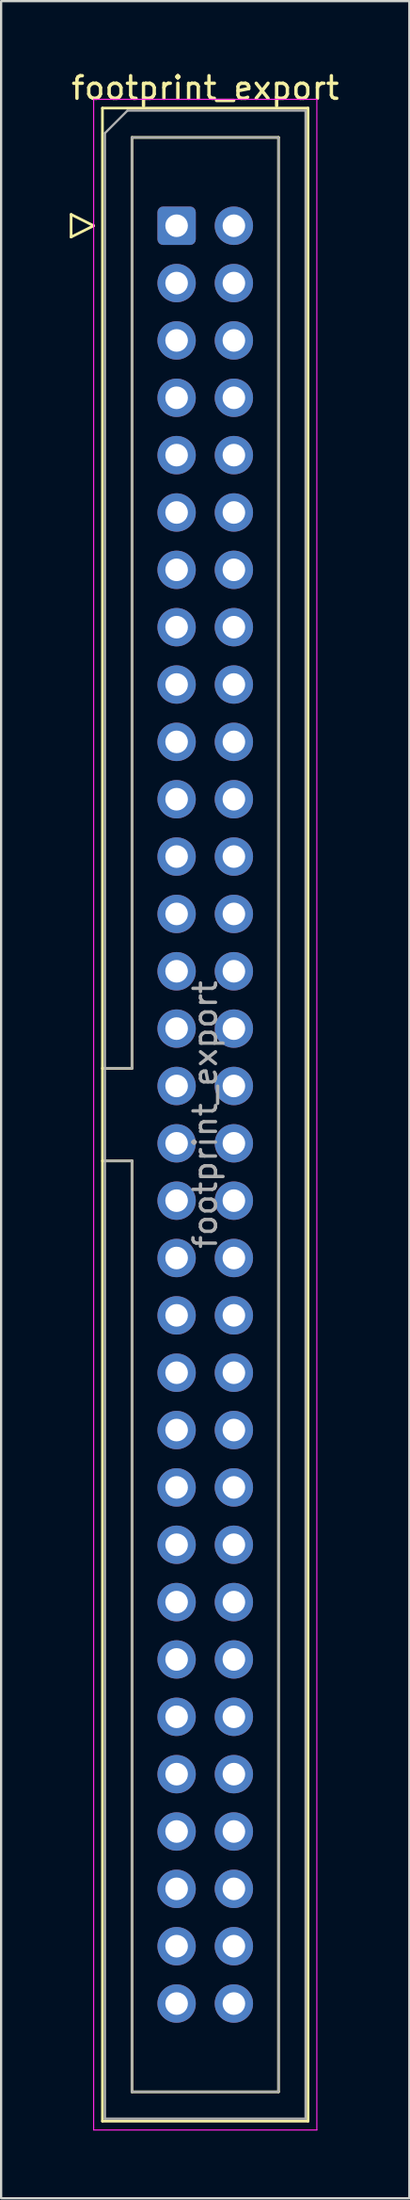
<source format=kicad_pcb>
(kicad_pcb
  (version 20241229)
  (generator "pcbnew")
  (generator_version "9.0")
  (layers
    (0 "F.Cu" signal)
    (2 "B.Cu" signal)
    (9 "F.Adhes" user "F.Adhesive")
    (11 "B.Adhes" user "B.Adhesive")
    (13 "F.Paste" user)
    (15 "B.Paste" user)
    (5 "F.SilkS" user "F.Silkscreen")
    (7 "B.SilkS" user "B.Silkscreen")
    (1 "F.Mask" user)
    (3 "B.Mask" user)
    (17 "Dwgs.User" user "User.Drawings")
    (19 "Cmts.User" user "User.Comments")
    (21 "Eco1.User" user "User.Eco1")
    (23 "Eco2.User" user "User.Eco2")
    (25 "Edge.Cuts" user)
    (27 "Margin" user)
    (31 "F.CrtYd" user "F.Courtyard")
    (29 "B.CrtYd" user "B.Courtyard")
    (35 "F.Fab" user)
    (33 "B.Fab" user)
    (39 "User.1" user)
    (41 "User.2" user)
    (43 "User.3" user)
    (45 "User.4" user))
  (footprint "footprint_export"
    (layer "F.Cu")
    (at 4.784 6.948)
    (property "Reference" "footprint_export" (at 1.27 -6.1 0) (layer "F.SilkS") (effects (font (size 1 1) (thickness 0.15))))
    (attr through_hole)
    (fp_line (start -4.68 -0.5) (end -4.68 0.5) (stroke (width 0.12) (type solid)) (layer "F.SilkS"))
    (fp_line (start -4.68 0.5) (end -3.68 0) (stroke (width 0.12) (type solid)) (layer "F.SilkS"))
    (fp_line (start -3.68 0) (end -4.68 -0.5) (stroke (width 0.12) (type solid)) (layer "F.SilkS"))
    (fp_line (start -3.29 -5.21) (end 5.83 -5.21) (stroke (width 0.12) (type solid)) (layer "F.SilkS"))
    (fp_line (start -3.29 37.32) (end -1.98 37.32) (stroke (width 0.12) (type solid)) (layer "F.SilkS"))
    (fp_line (start -3.29 83.95) (end -3.29 -5.21) (stroke (width 0.12) (type solid)) (layer "F.SilkS"))
    (fp_line (start -1.98 -3.91) (end 4.52 -3.91) (stroke (width 0.12) (type solid)) (layer "F.SilkS"))
    (fp_line (start -1.98 37.32) (end -1.98 -3.91) (stroke (width 0.12) (type solid)) (layer "F.SilkS"))
    (fp_line (start -1.98 41.42) (end -3.29 41.42) (stroke (width 0.12) (type solid)) (layer "F.SilkS"))
    (fp_line (start -1.98 41.42) (end -1.98 41.42) (stroke (width 0.12) (type solid)) (layer "F.SilkS"))
    (fp_line (start -1.98 82.65) (end -1.98 41.42) (stroke (width 0.12) (type solid)) (layer "F.SilkS"))
    (fp_line (start 4.52 -3.91) (end 4.52 82.65) (stroke (width 0.12) (type solid)) (layer "F.SilkS"))
    (fp_line (start 4.52 82.65) (end -1.98 82.65) (stroke (width 0.12) (type solid)) (layer "F.SilkS"))
    (fp_line (start 5.83 -5.21) (end 5.83 83.95) (stroke (width 0.12) (type solid)) (layer "F.SilkS"))
    (fp_line (start 5.83 83.95) (end -3.29 83.95) (stroke (width 0.12) (type solid)) (layer "F.SilkS"))
    (fp_line (start -3.68 -5.6) (end -3.68 84.34) (stroke (width 0.05) (type solid)) (layer "F.CrtYd"))
    (fp_line (start -3.68 84.34) (end 6.22 84.34) (stroke (width 0.05) (type solid)) (layer "F.CrtYd"))
    (fp_line (start 6.22 -5.6) (end -3.68 -5.6) (stroke (width 0.05) (type solid)) (layer "F.CrtYd"))
    (fp_line (start 6.22 84.34) (end 6.22 -5.6) (stroke (width 0.05) (type solid)) (layer "F.CrtYd"))
    (fp_line (start -3.18 -4.1) (end -2.18 -5.1) (stroke (width 0.1) (type solid)) (layer "F.Fab"))
    (fp_line (start -3.18 37.32) (end -1.98 37.32) (stroke (width 0.1) (type solid)) (layer "F.Fab"))
    (fp_line (start -3.18 83.84) (end -3.18 -4.1) (stroke (width 0.1) (type solid)) (layer "F.Fab"))
    (fp_line (start -2.18 -5.1) (end 5.72 -5.1) (stroke (width 0.1) (type solid)) (layer "F.Fab"))
    (fp_line (start -1.98 -3.91) (end 4.52 -3.91) (stroke (width 0.1) (type solid)) (layer "F.Fab"))
    (fp_line (start -1.98 37.32) (end -1.98 -3.91) (stroke (width 0.1) (type solid)) (layer "F.Fab"))
    (fp_line (start -1.98 41.42) (end -3.18 41.42) (stroke (width 0.1) (type solid)) (layer "F.Fab"))
    (fp_line (start -1.98 41.42) (end -1.98 41.42) (stroke (width 0.1) (type solid)) (layer "F.Fab"))
    (fp_line (start -1.98 82.65) (end -1.98 41.42) (stroke (width 0.1) (type solid)) (layer "F.Fab"))
    (fp_line (start 4.52 -3.91) (end 4.52 82.65) (stroke (width 0.1) (type solid)) (layer "F.Fab"))
    (fp_line (start 4.52 82.65) (end -1.98 82.65) (stroke (width 0.1) (type solid)) (layer "F.Fab"))
    (fp_line (start 5.72 -5.1) (end 5.72 83.84) (stroke (width 0.1) (type solid)) (layer "F.Fab"))
    (fp_line (start 5.72 83.84) (end -3.18 83.84) (stroke (width 0.1) (type solid)) (layer "F.Fab"))
    (fp_text user "${REFERENCE}" (at 1.27 39.37 90) (layer "F.Fab") (effects (font (size 1 1) (thickness 0.15))))
    (pad "1" thru_hole roundrect (at 0 0) (size 1.7 1.7) (drill 1) (layers "*.Cu" "*.Mask") (roundrect_rratio 0.147))
    (pad "2" thru_hole circle (at 2.54 0) (size 1.7 1.7) (drill 1) (layers "*.Cu" "*.Mask"))
    (pad "3" thru_hole circle (at 0 2.54) (size 1.7 1.7) (drill 1) (layers "*.Cu" "*.Mask"))
    (pad "4" thru_hole circle (at 2.54 2.54) (size 1.7 1.7) (drill 1) (layers "*.Cu" "*.Mask"))
    (pad "5" thru_hole circle (at 0 5.08) (size 1.7 1.7) (drill 1) (layers "*.Cu" "*.Mask"))
    (pad "6" thru_hole circle (at 2.54 5.08) (size 1.7 1.7) (drill 1) (layers "*.Cu" "*.Mask"))
    (pad "7" thru_hole circle (at 0 7.62) (size 1.7 1.7) (drill 1) (layers "*.Cu" "*.Mask"))
    (pad "8" thru_hole circle (at 2.54 7.62) (size 1.7 1.7) (drill 1) (layers "*.Cu" "*.Mask"))
    (pad "9" thru_hole circle (at 0 10.16) (size 1.7 1.7) (drill 1) (layers "*.Cu" "*.Mask"))
    (pad "10" thru_hole circle (at 2.54 10.16) (size 1.7 1.7) (drill 1) (layers "*.Cu" "*.Mask"))
    (pad "11" thru_hole circle (at 0 12.7) (size 1.7 1.7) (drill 1) (layers "*.Cu" "*.Mask"))
    (pad "12" thru_hole circle (at 2.54 12.7) (size 1.7 1.7) (drill 1) (layers "*.Cu" "*.Mask"))
    (pad "13" thru_hole circle (at 0 15.24) (size 1.7 1.7) (drill 1) (layers "*.Cu" "*.Mask"))
    (pad "14" thru_hole circle (at 2.54 15.24) (size 1.7 1.7) (drill 1) (layers "*.Cu" "*.Mask"))
    (pad "15" thru_hole circle (at 0 17.78) (size 1.7 1.7) (drill 1) (layers "*.Cu" "*.Mask"))
    (pad "16" thru_hole circle (at 2.54 17.78) (size 1.7 1.7) (drill 1) (layers "*.Cu" "*.Mask"))
    (pad "17" thru_hole circle (at 0 20.32) (size 1.7 1.7) (drill 1) (layers "*.Cu" "*.Mask"))
    (pad "18" thru_hole circle (at 2.54 20.32) (size 1.7 1.7) (drill 1) (layers "*.Cu" "*.Mask"))
    (pad "19" thru_hole circle (at 0 22.86) (size 1.7 1.7) (drill 1) (layers "*.Cu" "*.Mask"))
    (pad "20" thru_hole circle (at 2.54 22.86) (size 1.7 1.7) (drill 1) (layers "*.Cu" "*.Mask"))
    (pad "21" thru_hole circle (at 0 25.4) (size 1.7 1.7) (drill 1) (layers "*.Cu" "*.Mask"))
    (pad "22" thru_hole circle (at 2.54 25.4) (size 1.7 1.7) (drill 1) (layers "*.Cu" "*.Mask"))
    (pad "23" thru_hole circle (at 0 27.94) (size 1.7 1.7) (drill 1) (layers "*.Cu" "*.Mask"))
    (pad "24" thru_hole circle (at 2.54 27.94) (size 1.7 1.7) (drill 1) (layers "*.Cu" "*.Mask"))
    (pad "25" thru_hole circle (at 0 30.48) (size 1.7 1.7) (drill 1) (layers "*.Cu" "*.Mask"))
    (pad "26" thru_hole circle (at 2.54 30.48) (size 1.7 1.7) (drill 1) (layers "*.Cu" "*.Mask"))
    (pad "27" thru_hole circle (at 0 33.02) (size 1.7 1.7) (drill 1) (layers "*.Cu" "*.Mask"))
    (pad "28" thru_hole circle (at 2.54 33.02) (size 1.7 1.7) (drill 1) (layers "*.Cu" "*.Mask"))
    (pad "29" thru_hole circle (at 0 35.56) (size 1.7 1.7) (drill 1) (layers "*.Cu" "*.Mask"))
    (pad "30" thru_hole circle (at 2.54 35.56) (size 1.7 1.7) (drill 1) (layers "*.Cu" "*.Mask"))
    (pad "31" thru_hole circle (at 0 38.1) (size 1.7 1.7) (drill 1) (layers "*.Cu" "*.Mask"))
    (pad "32" thru_hole circle (at 2.54 38.1) (size 1.7 1.7) (drill 1) (layers "*.Cu" "*.Mask"))
    (pad "33" thru_hole circle (at 0 40.64) (size 1.7 1.7) (drill 1) (layers "*.Cu" "*.Mask"))
    (pad "34" thru_hole circle (at 2.54 40.64) (size 1.7 1.7) (drill 1) (layers "*.Cu" "*.Mask"))
    (pad "35" thru_hole circle (at 0 43.18) (size 1.7 1.7) (drill 1) (layers "*.Cu" "*.Mask"))
    (pad "36" thru_hole circle (at 2.54 43.18) (size 1.7 1.7) (drill 1) (layers "*.Cu" "*.Mask"))
    (pad "37" thru_hole circle (at 0 45.72) (size 1.7 1.7) (drill 1) (layers "*.Cu" "*.Mask"))
    (pad "38" thru_hole circle (at 2.54 45.72) (size 1.7 1.7) (drill 1) (layers "*.Cu" "*.Mask"))
    (pad "39" thru_hole circle (at 0 48.26) (size 1.7 1.7) (drill 1) (layers "*.Cu" "*.Mask"))
    (pad "40" thru_hole circle (at 2.54 48.26) (size 1.7 1.7) (drill 1) (layers "*.Cu" "*.Mask"))
    (pad "41" thru_hole circle (at 0 50.8) (size 1.7 1.7) (drill 1) (layers "*.Cu" "*.Mask"))
    (pad "42" thru_hole circle (at 2.54 50.8) (size 1.7 1.7) (drill 1) (layers "*.Cu" "*.Mask"))
    (pad "43" thru_hole circle (at 0 53.34) (size 1.7 1.7) (drill 1) (layers "*.Cu" "*.Mask"))
    (pad "44" thru_hole circle (at 2.54 53.34) (size 1.7 1.7) (drill 1) (layers "*.Cu" "*.Mask"))
    (pad "45" thru_hole circle (at 0 55.88) (size 1.7 1.7) (drill 1) (layers "*.Cu" "*.Mask"))
    (pad "46" thru_hole circle (at 2.54 55.88) (size 1.7 1.7) (drill 1) (layers "*.Cu" "*.Mask"))
    (pad "47" thru_hole circle (at 0 58.42) (size 1.7 1.7) (drill 1) (layers "*.Cu" "*.Mask"))
    (pad "48" thru_hole circle (at 2.54 58.42) (size 1.7 1.7) (drill 1) (layers "*.Cu" "*.Mask"))
    (pad "49" thru_hole circle (at 0 60.96) (size 1.7 1.7) (drill 1) (layers "*.Cu" "*.Mask"))
    (pad "50" thru_hole circle (at 2.54 60.96) (size 1.7 1.7) (drill 1) (layers "*.Cu" "*.Mask"))
    (pad "51" thru_hole circle (at 0 63.5) (size 1.7 1.7) (drill 1) (layers "*.Cu" "*.Mask"))
    (pad "52" thru_hole circle (at 2.54 63.5) (size 1.7 1.7) (drill 1) (layers "*.Cu" "*.Mask"))
    (pad "53" thru_hole circle (at 0 66.04) (size 1.7 1.7) (drill 1) (layers "*.Cu" "*.Mask"))
    (pad "54" thru_hole circle (at 2.54 66.04) (size 1.7 1.7) (drill 1) (layers "*.Cu" "*.Mask"))
    (pad "55" thru_hole circle (at 0 68.58) (size 1.7 1.7) (drill 1) (layers "*.Cu" "*.Mask"))
    (pad "56" thru_hole circle (at 2.54 68.58) (size 1.7 1.7) (drill 1) (layers "*.Cu" "*.Mask"))
    (pad "57" thru_hole circle (at 0 71.12) (size 1.7 1.7) (drill 1) (layers "*.Cu" "*.Mask"))
    (pad "58" thru_hole circle (at 2.54 71.12) (size 1.7 1.7) (drill 1) (layers "*.Cu" "*.Mask"))
    (pad "59" thru_hole circle (at 0 73.66) (size 1.7 1.7) (drill 1) (layers "*.Cu" "*.Mask"))
    (pad "60" thru_hole circle (at 2.54 73.66) (size 1.7 1.7) (drill 1) (layers "*.Cu" "*.Mask"))
    (pad "61" thru_hole circle (at 0 76.2) (size 1.7 1.7) (drill 1) (layers "*.Cu" "*.Mask"))
    (pad "62" thru_hole circle (at 2.54 76.2) (size 1.7 1.7) (drill 1) (layers "*.Cu" "*.Mask"))
    (pad "63" thru_hole circle (at 0 78.74) (size 1.7 1.7) (drill 1) (layers "*.Cu" "*.Mask"))
    (pad "64" thru_hole circle (at 2.54 78.74) (size 1.7 1.7) (drill 1) (layers "*.Cu" "*.Mask")))
  (gr_rect
    (start -3 -3)
    (end 15.107 94.313)
    (stroke (width 0.1) (type default))
    (fill no)
    (layer "Edge.Cuts")))
</source>
